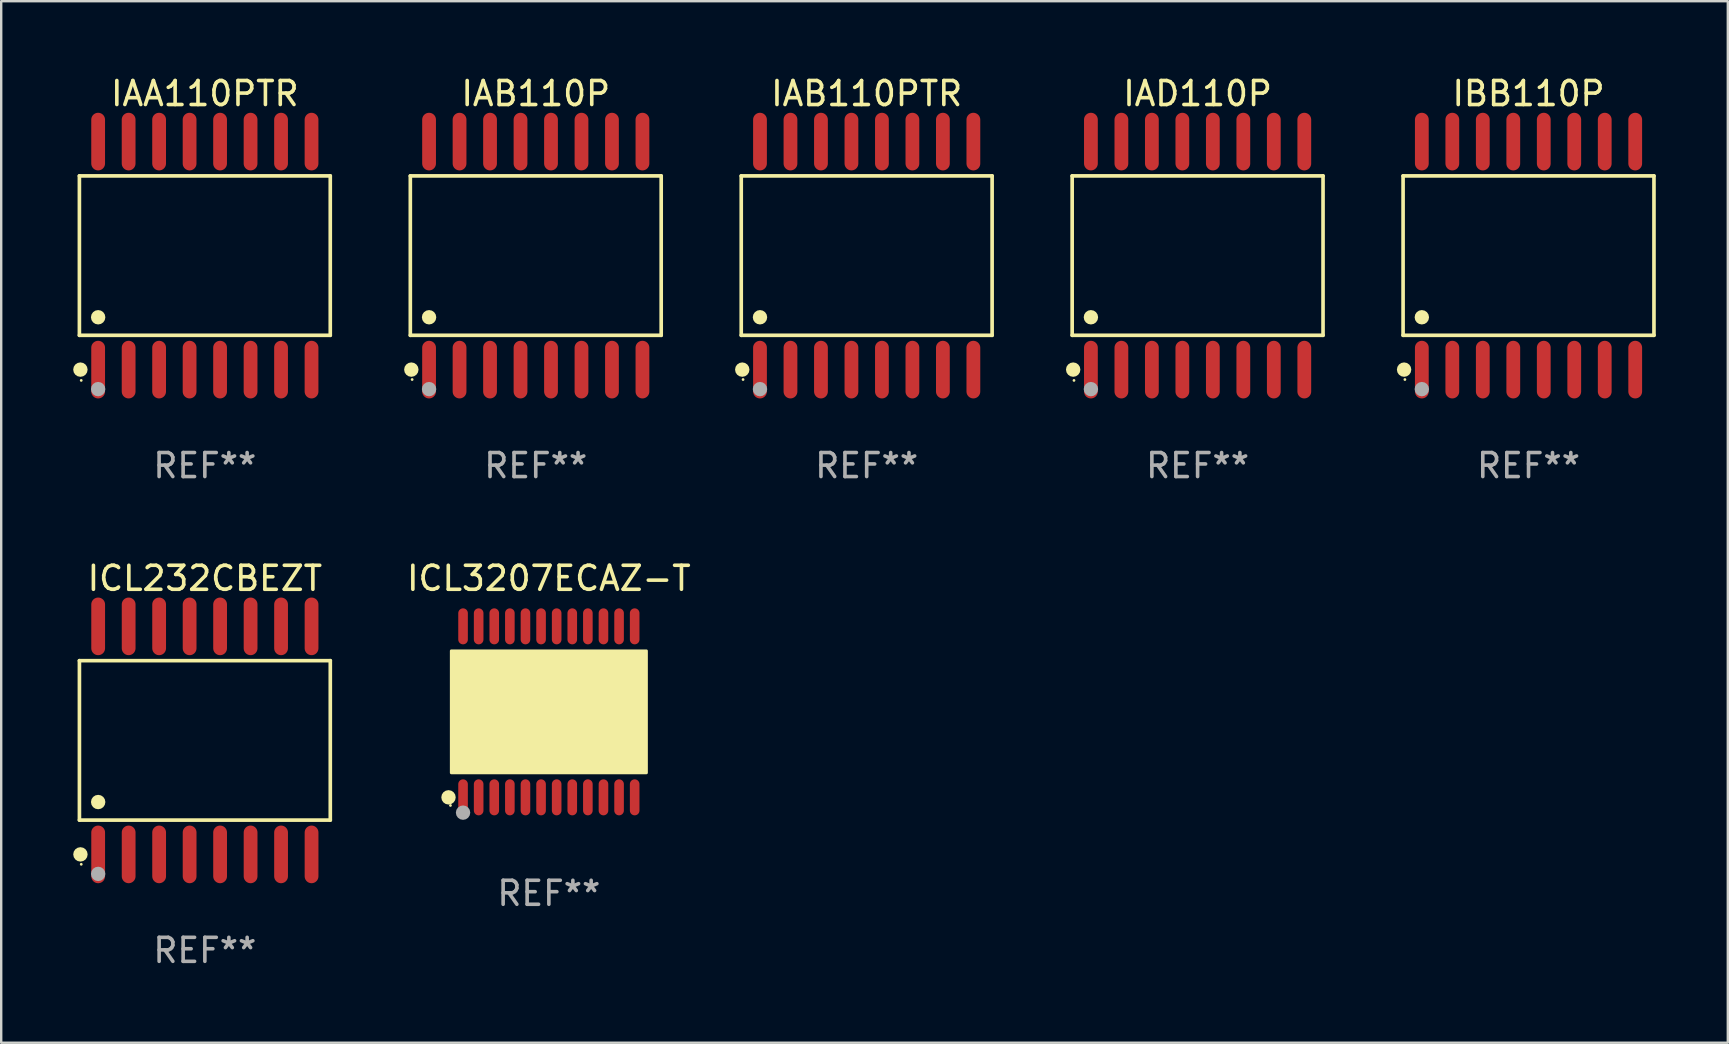
<source format=kicad_pcb>
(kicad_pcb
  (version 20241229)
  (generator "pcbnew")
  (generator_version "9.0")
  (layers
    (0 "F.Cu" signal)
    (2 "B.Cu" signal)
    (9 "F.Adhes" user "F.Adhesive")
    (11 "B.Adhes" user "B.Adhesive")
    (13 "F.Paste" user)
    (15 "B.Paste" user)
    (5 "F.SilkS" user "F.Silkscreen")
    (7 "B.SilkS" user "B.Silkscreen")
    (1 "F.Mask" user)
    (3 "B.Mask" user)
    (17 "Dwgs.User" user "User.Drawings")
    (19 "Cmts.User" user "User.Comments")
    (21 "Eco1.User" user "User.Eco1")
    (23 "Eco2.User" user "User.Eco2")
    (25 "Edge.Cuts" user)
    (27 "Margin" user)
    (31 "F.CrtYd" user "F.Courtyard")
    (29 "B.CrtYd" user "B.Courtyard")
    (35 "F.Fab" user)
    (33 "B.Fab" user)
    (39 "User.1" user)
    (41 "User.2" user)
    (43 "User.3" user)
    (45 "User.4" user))
  (footprint "IAB110P"
    (layer "F.Cu")
    (at 19.271 7.599)
    (property "Reference" "IAB110P" (at 0 -6.75 0) (layer "F.SilkS") (effects (font (size 1 1) (thickness 0.15))))
    (attr through_hole)
    (fp_line (start -5.226 -3.321) (end 5.226 -3.321) (stroke (width 0.152) (type solid)) (layer "F.SilkS"))
    (fp_line (start -5.226 3.321) (end -5.226 -3.321) (stroke (width 0.152) (type solid)) (layer "F.SilkS"))
    (fp_line (start 5.226 -3.321) (end 5.226 3.321) (stroke (width 0.152) (type solid)) (layer "F.SilkS"))
    (fp_line (start 5.226 3.321) (end -5.226 3.321) (stroke (width 0.152) (type solid)) (layer "F.SilkS"))
    (fp_circle (center -5.184 4.75) (end -5.034 4.75) (stroke (width 0.3) (type solid)) (fill no) (layer "F.SilkS"))
    (fp_circle (center -5.15 5.163) (end -5.12 5.163) (stroke (width 0.06) (type solid)) (fill no) (layer "F.SilkS"))
    (fp_circle (center -4.445 2.569) (end -4.295 2.569) (stroke (width 0.3) (type solid)) (fill no) (layer "F.SilkS"))
    (fp_circle (center -4.445 5.563) (end -4.295 5.563) (stroke (width 0.3) (type solid)) (fill no) (layer "F.Fab"))
    (fp_text user "REF**" (at 0 8.75 0) (layer "F.Fab") (effects (font (size 1 1) (thickness 0.15))))
    (pad "1" smd oval (at -4.445 4.75) (size 0.574 2.401) (layers "F.Cu" "F.Mask" "F.Paste"))
    (pad "2" smd oval (at -3.175 4.75) (size 0.574 2.401) (layers "F.Cu" "F.Mask" "F.Paste"))
    (pad "3" smd oval (at -1.905 4.75) (size 0.574 2.401) (layers "F.Cu" "F.Mask" "F.Paste"))
    (pad "4" smd oval (at -0.635 4.75) (size 0.574 2.401) (layers "F.Cu" "F.Mask" "F.Paste"))
    (pad "5" smd oval (at 0.635 4.75) (size 0.574 2.401) (layers "F.Cu" "F.Mask" "F.Paste"))
    (pad "6" smd oval (at 1.905 4.75) (size 0.574 2.401) (layers "F.Cu" "F.Mask" "F.Paste"))
    (pad "7" smd oval (at 3.175 4.75) (size 0.574 2.401) (layers "F.Cu" "F.Mask" "F.Paste"))
    (pad "8" smd oval (at 4.445 4.75) (size 0.574 2.401) (layers "F.Cu" "F.Mask" "F.Paste"))
    (pad "9" smd oval (at 4.445 -4.75) (size 0.574 2.401) (layers "F.Cu" "F.Mask" "F.Paste"))
    (pad "10" smd oval (at 3.175 -4.75) (size 0.574 2.401) (layers "F.Cu" "F.Mask" "F.Paste"))
    (pad "11" smd oval (at 1.905 -4.75) (size 0.574 2.401) (layers "F.Cu" "F.Mask" "F.Paste"))
    (pad "12" smd oval (at 0.635 -4.75) (size 0.574 2.401) (layers "F.Cu" "F.Mask" "F.Paste"))
    (pad "13" smd oval (at -0.635 -4.75) (size 0.574 2.401) (layers "F.Cu" "F.Mask" "F.Paste"))
    (pad "14" smd oval (at -1.905 -4.75) (size 0.574 2.401) (layers "F.Cu" "F.Mask" "F.Paste"))
    (pad "15" smd oval (at -3.175 -4.75) (size 0.574 2.401) (layers "F.Cu" "F.Mask" "F.Paste"))
    (pad "16" smd oval (at -4.445 -4.75) (size 0.574 2.401) (layers "F.Cu" "F.Mask" "F.Paste")))
  (footprint "IAD110P"
    (layer "F.Cu")
    (at 46.845 7.599)
    (property "Reference" "IAD110P" (at 0 -6.75 0) (layer "F.SilkS") (effects (font (size 1 1) (thickness 0.15))))
    (attr through_hole)
    (fp_line (start -5.226 -3.321) (end 5.226 -3.321) (stroke (width 0.152) (type solid)) (layer "F.SilkS"))
    (fp_line (start -5.226 3.321) (end -5.226 -3.321) (stroke (width 0.152) (type solid)) (layer "F.SilkS"))
    (fp_line (start 5.226 -3.321) (end 5.226 3.321) (stroke (width 0.152) (type solid)) (layer "F.SilkS"))
    (fp_line (start 5.226 3.321) (end -5.226 3.321) (stroke (width 0.152) (type solid)) (layer "F.SilkS"))
    (fp_circle (center -5.184 4.75) (end -5.034 4.75) (stroke (width 0.3) (type solid)) (fill no) (layer "F.SilkS"))
    (fp_circle (center -5.15 5.2) (end -5.12 5.2) (stroke (width 0.06) (type solid)) (fill no) (layer "F.SilkS"))
    (fp_circle (center -4.445 2.569) (end -4.295 2.569) (stroke (width 0.3) (type solid)) (fill no) (layer "F.SilkS"))
    (fp_circle (center -4.445 5.563) (end -4.295 5.563) (stroke (width 0.3) (type solid)) (fill no) (layer "F.Fab"))
    (fp_text user "REF**" (at 0 8.75 0) (layer "F.Fab") (effects (font (size 1 1) (thickness 0.15))))
    (pad "1" smd oval (at -4.445 4.75) (size 0.574 2.401) (layers "F.Cu" "F.Mask" "F.Paste"))
    (pad "2" smd oval (at -3.175 4.75) (size 0.574 2.401) (layers "F.Cu" "F.Mask" "F.Paste"))
    (pad "3" smd oval (at -1.905 4.75) (size 0.574 2.401) (layers "F.Cu" "F.Mask" "F.Paste"))
    (pad "4" smd oval (at -0.635 4.75) (size 0.574 2.401) (layers "F.Cu" "F.Mask" "F.Paste"))
    (pad "5" smd oval (at 0.635 4.75) (size 0.574 2.401) (layers "F.Cu" "F.Mask" "F.Paste"))
    (pad "6" smd oval (at 1.905 4.75) (size 0.574 2.401) (layers "F.Cu" "F.Mask" "F.Paste"))
    (pad "7" smd oval (at 3.175 4.75) (size 0.574 2.401) (layers "F.Cu" "F.Mask" "F.Paste"))
    (pad "8" smd oval (at 4.445 4.75) (size 0.574 2.401) (layers "F.Cu" "F.Mask" "F.Paste"))
    (pad "9" smd oval (at 4.445 -4.75) (size 0.574 2.401) (layers "F.Cu" "F.Mask" "F.Paste"))
    (pad "10" smd oval (at 3.175 -4.75) (size 0.574 2.401) (layers "F.Cu" "F.Mask" "F.Paste"))
    (pad "11" smd oval (at 1.905 -4.75) (size 0.574 2.401) (layers "F.Cu" "F.Mask" "F.Paste"))
    (pad "12" smd oval (at 0.635 -4.75) (size 0.574 2.401) (layers "F.Cu" "F.Mask" "F.Paste"))
    (pad "13" smd oval (at -0.635 -4.75) (size 0.574 2.401) (layers "F.Cu" "F.Mask" "F.Paste"))
    (pad "14" smd oval (at -1.905 -4.75) (size 0.574 2.401) (layers "F.Cu" "F.Mask" "F.Paste"))
    (pad "15" smd oval (at -3.175 -4.75) (size 0.574 2.401) (layers "F.Cu" "F.Mask" "F.Paste"))
    (pad "16" smd oval (at -4.445 -4.75) (size 0.574 2.401) (layers "F.Cu" "F.Mask" "F.Paste")))
  (footprint "IBB110P"
    (layer "F.Cu")
    (at 60.632 7.599)
    (property "Reference" "IBB110P" (at 0 -6.75 0) (layer "F.SilkS") (effects (font (size 1 1) (thickness 0.15))))
    (attr through_hole)
    (fp_line (start -5.226 -3.321) (end 5.226 -3.321) (stroke (width 0.152) (type solid)) (layer "F.SilkS"))
    (fp_line (start -5.226 3.321) (end -5.226 -3.321) (stroke (width 0.152) (type solid)) (layer "F.SilkS"))
    (fp_line (start 5.226 -3.321) (end 5.226 3.321) (stroke (width 0.152) (type solid)) (layer "F.SilkS"))
    (fp_line (start 5.226 3.321) (end -5.226 3.321) (stroke (width 0.152) (type solid)) (layer "F.SilkS"))
    (fp_circle (center -5.184 4.75) (end -5.034 4.75) (stroke (width 0.3) (type solid)) (fill no) (layer "F.SilkS"))
    (fp_circle (center -5.15 5.163) (end -5.12 5.163) (stroke (width 0.06) (type solid)) (fill no) (layer "F.SilkS"))
    (fp_circle (center -4.445 2.569) (end -4.295 2.569) (stroke (width 0.3) (type solid)) (fill no) (layer "F.SilkS"))
    (fp_circle (center -4.445 5.563) (end -4.295 5.563) (stroke (width 0.3) (type solid)) (fill no) (layer "F.Fab"))
    (fp_text user "REF**" (at 0 8.75 0) (layer "F.Fab") (effects (font (size 1 1) (thickness 0.15))))
    (pad "1" smd oval (at -4.445 4.75) (size 0.574 2.401) (layers "F.Cu" "F.Mask" "F.Paste"))
    (pad "2" smd oval (at -3.175 4.75) (size 0.574 2.401) (layers "F.Cu" "F.Mask" "F.Paste"))
    (pad "3" smd oval (at -1.905 4.75) (size 0.574 2.401) (layers "F.Cu" "F.Mask" "F.Paste"))
    (pad "4" smd oval (at -0.635 4.75) (size 0.574 2.401) (layers "F.Cu" "F.Mask" "F.Paste"))
    (pad "5" smd oval (at 0.635 4.75) (size 0.574 2.401) (layers "F.Cu" "F.Mask" "F.Paste"))
    (pad "6" smd oval (at 1.905 4.75) (size 0.574 2.401) (layers "F.Cu" "F.Mask" "F.Paste"))
    (pad "7" smd oval (at 3.175 4.75) (size 0.574 2.401) (layers "F.Cu" "F.Mask" "F.Paste"))
    (pad "8" smd oval (at 4.445 4.75) (size 0.574 2.401) (layers "F.Cu" "F.Mask" "F.Paste"))
    (pad "9" smd oval (at 4.445 -4.75) (size 0.574 2.401) (layers "F.Cu" "F.Mask" "F.Paste"))
    (pad "10" smd oval (at 3.175 -4.75) (size 0.574 2.401) (layers "F.Cu" "F.Mask" "F.Paste"))
    (pad "11" smd oval (at 1.905 -4.75) (size 0.574 2.401) (layers "F.Cu" "F.Mask" "F.Paste"))
    (pad "12" smd oval (at 0.635 -4.75) (size 0.574 2.401) (layers "F.Cu" "F.Mask" "F.Paste"))
    (pad "13" smd oval (at -0.635 -4.75) (size 0.574 2.401) (layers "F.Cu" "F.Mask" "F.Paste"))
    (pad "14" smd oval (at -1.905 -4.75) (size 0.574 2.401) (layers "F.Cu" "F.Mask" "F.Paste"))
    (pad "15" smd oval (at -3.175 -4.75) (size 0.574 2.401) (layers "F.Cu" "F.Mask" "F.Paste"))
    (pad "16" smd oval (at -4.445 -4.75) (size 0.574 2.401) (layers "F.Cu" "F.Mask" "F.Paste")))
  (footprint "ICL3207ECAZ-T"
    (layer "F.Cu")
    (at 19.817 26.607)
    (property "Reference" "ICL3207ECAZ-T" (at 0 -5.562 0) (layer "F.SilkS") (effects (font (size 1 1) (thickness 0.15))))
    (attr through_hole)
    (fp_circle (center -4.181 3.562) (end -4.031 3.562) (stroke (width 0.3) (type solid)) (fill no) (layer "F.SilkS"))
    (fp_circle (center -4.1 3.9) (end -4.07 3.9) (stroke (width 0.06) (type solid)) (fill no) (layer "F.SilkS"))
    (fp_circle (center -3.575 1.819) (end -3.425 1.819) (stroke (width 0.3) (type solid)) (fill no) (layer "F.SilkS"))
    (fp_poly (pts (xy -4.064 -2.54) (xy 4.064 -2.54) (xy 4.064 2.54) (xy -4.064 2.54)) (stroke (width 0.12) (type solid)) (fill yes) (layer "F.SilkS"))
    (fp_circle (center -3.575 4.2) (end -3.425 4.2) (stroke (width 0.3) (type solid)) (fill no) (layer "F.Fab"))
    (fp_text user "REF**" (at 0 7.562 0) (layer "F.Fab") (effects (font (size 1 1) (thickness 0.15))))
    (pad "1" smd oval (at -3.575 3.562) (size 0.4 1.5) (layers "F.Cu" "F.Mask" "F.Paste"))
    (pad "2" smd oval (at -2.925 3.562) (size 0.4 1.5) (layers "F.Cu" "F.Mask" "F.Paste"))
    (pad "3" smd oval (at -2.275 3.562) (size 0.4 1.5) (layers "F.Cu" "F.Mask" "F.Paste"))
    (pad "4" smd oval (at -1.625 3.562) (size 0.4 1.5) (layers "F.Cu" "F.Mask" "F.Paste"))
    (pad "5" smd oval (at -0.975 3.562) (size 0.4 1.5) (layers "F.Cu" "F.Mask" "F.Paste"))
    (pad "6" smd oval (at -0.325 3.562) (size 0.4 1.5) (layers "F.Cu" "F.Mask" "F.Paste"))
    (pad "7" smd oval (at 0.325 3.562) (size 0.4 1.5) (layers "F.Cu" "F.Mask" "F.Paste"))
    (pad "8" smd oval (at 0.975 3.562) (size 0.4 1.5) (layers "F.Cu" "F.Mask" "F.Paste"))
    (pad "9" smd oval (at 1.625 3.562) (size 0.4 1.5) (layers "F.Cu" "F.Mask" "F.Paste"))
    (pad "10" smd oval (at 2.275 3.562) (size 0.4 1.5) (layers "F.Cu" "F.Mask" "F.Paste"))
    (pad "11" smd oval (at 2.925 3.562) (size 0.4 1.5) (layers "F.Cu" "F.Mask" "F.Paste"))
    (pad "12" smd oval (at 3.575 3.562) (size 0.4 1.5) (layers "F.Cu" "F.Mask" "F.Paste"))
    (pad "13" smd oval (at 3.575 -3.562) (size 0.4 1.5) (layers "F.Cu" "F.Mask" "F.Paste"))
    (pad "14" smd oval (at 2.925 -3.562) (size 0.4 1.5) (layers "F.Cu" "F.Mask" "F.Paste"))
    (pad "15" smd oval (at 2.275 -3.562) (size 0.4 1.5) (layers "F.Cu" "F.Mask" "F.Paste"))
    (pad "16" smd oval (at 1.625 -3.562) (size 0.4 1.5) (layers "F.Cu" "F.Mask" "F.Paste"))
    (pad "17" smd oval (at 0.975 -3.562) (size 0.4 1.5) (layers "F.Cu" "F.Mask" "F.Paste"))
    (pad "18" smd oval (at 0.325 -3.562) (size 0.4 1.5) (layers "F.Cu" "F.Mask" "F.Paste"))
    (pad "19" smd oval (at -0.325 -3.562) (size 0.4 1.5) (layers "F.Cu" "F.Mask" "F.Paste"))
    (pad "20" smd oval (at -0.975 -3.562) (size 0.4 1.5) (layers "F.Cu" "F.Mask" "F.Paste"))
    (pad "21" smd oval (at -1.625 -3.562) (size 0.4 1.5) (layers "F.Cu" "F.Mask" "F.Paste"))
    (pad "22" smd oval (at -2.275 -3.562) (size 0.4 1.5) (layers "F.Cu" "F.Mask" "F.Paste"))
    (pad "23" smd oval (at -2.925 -3.562) (size 0.4 1.5) (layers "F.Cu" "F.Mask" "F.Paste"))
    (pad "24" smd oval (at -3.575 -3.562) (size 0.4 1.5) (layers "F.Cu" "F.Mask" "F.Paste")))
  (footprint "IAB110PTR"
    (layer "F.Cu")
    (at 33.058 7.599)
    (property "Reference" "IAB110PTR" (at 0 -6.75 0) (layer "F.SilkS") (effects (font (size 1 1) (thickness 0.15))))
    (attr through_hole)
    (fp_line (start -5.226 -3.321) (end 5.226 -3.321) (stroke (width 0.152) (type solid)) (layer "F.SilkS"))
    (fp_line (start -5.226 3.321) (end -5.226 -3.321) (stroke (width 0.152) (type solid)) (layer "F.SilkS"))
    (fp_line (start 5.226 -3.321) (end 5.226 3.321) (stroke (width 0.152) (type solid)) (layer "F.SilkS"))
    (fp_line (start 5.226 3.321) (end -5.226 3.321) (stroke (width 0.152) (type solid)) (layer "F.SilkS"))
    (fp_circle (center -5.184 4.75) (end -5.034 4.75) (stroke (width 0.3) (type solid)) (fill no) (layer "F.SilkS"))
    (fp_circle (center -5.15 5.163) (end -5.12 5.163) (stroke (width 0.06) (type solid)) (fill no) (layer "F.SilkS"))
    (fp_circle (center -4.445 2.569) (end -4.295 2.569) (stroke (width 0.3) (type solid)) (fill no) (layer "F.SilkS"))
    (fp_circle (center -4.445 5.563) (end -4.295 5.563) (stroke (width 0.3) (type solid)) (fill no) (layer "F.Fab"))
    (fp_text user "REF**" (at 0 8.75 0) (layer "F.Fab") (effects (font (size 1 1) (thickness 0.15))))
    (pad "1" smd oval (at -4.445 4.75) (size 0.574 2.401) (layers "F.Cu" "F.Mask" "F.Paste"))
    (pad "2" smd oval (at -3.175 4.75) (size 0.574 2.401) (layers "F.Cu" "F.Mask" "F.Paste"))
    (pad "3" smd oval (at -1.905 4.75) (size 0.574 2.401) (layers "F.Cu" "F.Mask" "F.Paste"))
    (pad "4" smd oval (at -0.635 4.75) (size 0.574 2.401) (layers "F.Cu" "F.Mask" "F.Paste"))
    (pad "5" smd oval (at 0.635 4.75) (size 0.574 2.401) (layers "F.Cu" "F.Mask" "F.Paste"))
    (pad "6" smd oval (at 1.905 4.75) (size 0.574 2.401) (layers "F.Cu" "F.Mask" "F.Paste"))
    (pad "7" smd oval (at 3.175 4.75) (size 0.574 2.401) (layers "F.Cu" "F.Mask" "F.Paste"))
    (pad "8" smd oval (at 4.445 4.75) (size 0.574 2.401) (layers "F.Cu" "F.Mask" "F.Paste"))
    (pad "9" smd oval (at 4.445 -4.75) (size 0.574 2.401) (layers "F.Cu" "F.Mask" "F.Paste"))
    (pad "10" smd oval (at 3.175 -4.75) (size 0.574 2.401) (layers "F.Cu" "F.Mask" "F.Paste"))
    (pad "11" smd oval (at 1.905 -4.75) (size 0.574 2.401) (layers "F.Cu" "F.Mask" "F.Paste"))
    (pad "12" smd oval (at 0.635 -4.75) (size 0.574 2.401) (layers "F.Cu" "F.Mask" "F.Paste"))
    (pad "13" smd oval (at -0.635 -4.75) (size 0.574 2.401) (layers "F.Cu" "F.Mask" "F.Paste"))
    (pad "14" smd oval (at -1.905 -4.75) (size 0.574 2.401) (layers "F.Cu" "F.Mask" "F.Paste"))
    (pad "15" smd oval (at -3.175 -4.75) (size 0.574 2.401) (layers "F.Cu" "F.Mask" "F.Paste"))
    (pad "16" smd oval (at -4.445 -4.75) (size 0.574 2.401) (layers "F.Cu" "F.Mask" "F.Paste")))
  (footprint "ICL232CBEZT"
    (layer "F.Cu")
    (at 5.485 27.796)
    (property "Reference" "ICL232CBEZT" (at 0 -6.75 0) (layer "F.SilkS") (effects (font (size 1 1) (thickness 0.15))))
    (attr through_hole)
    (fp_line (start -5.226 -3.321) (end 5.226 -3.321) (stroke (width 0.152) (type solid)) (layer "F.SilkS"))
    (fp_line (start -5.226 3.321) (end -5.226 -3.321) (stroke (width 0.152) (type solid)) (layer "F.SilkS"))
    (fp_line (start 5.226 -3.321) (end 5.226 3.321) (stroke (width 0.152) (type solid)) (layer "F.SilkS"))
    (fp_line (start 5.226 3.321) (end -5.226 3.321) (stroke (width 0.152) (type solid)) (layer "F.SilkS"))
    (fp_circle (center -5.184 4.75) (end -5.034 4.75) (stroke (width 0.3) (type solid)) (fill no) (layer "F.SilkS"))
    (fp_circle (center -5.15 5.163) (end -5.12 5.163) (stroke (width 0.06) (type solid)) (fill no) (layer "F.SilkS"))
    (fp_circle (center -4.445 2.569) (end -4.295 2.569) (stroke (width 0.3) (type solid)) (fill no) (layer "F.SilkS"))
    (fp_circle (center -4.445 5.563) (end -4.295 5.563) (stroke (width 0.3) (type solid)) (fill no) (layer "F.Fab"))
    (fp_text user "REF**" (at 0 8.75 0) (layer "F.Fab") (effects (font (size 1 1) (thickness 0.15))))
    (pad "1" smd oval (at -4.445 4.75) (size 0.574 2.401) (layers "F.Cu" "F.Mask" "F.Paste"))
    (pad "2" smd oval (at -3.175 4.75) (size 0.574 2.401) (layers "F.Cu" "F.Mask" "F.Paste"))
    (pad "3" smd oval (at -1.905 4.75) (size 0.574 2.401) (layers "F.Cu" "F.Mask" "F.Paste"))
    (pad "4" smd oval (at -0.635 4.75) (size 0.574 2.401) (layers "F.Cu" "F.Mask" "F.Paste"))
    (pad "5" smd oval (at 0.635 4.75) (size 0.574 2.401) (layers "F.Cu" "F.Mask" "F.Paste"))
    (pad "6" smd oval (at 1.905 4.75) (size 0.574 2.401) (layers "F.Cu" "F.Mask" "F.Paste"))
    (pad "7" smd oval (at 3.175 4.75) (size 0.574 2.401) (layers "F.Cu" "F.Mask" "F.Paste"))
    (pad "8" smd oval (at 4.445 4.75) (size 0.574 2.401) (layers "F.Cu" "F.Mask" "F.Paste"))
    (pad "9" smd oval (at 4.445 -4.75) (size 0.574 2.401) (layers "F.Cu" "F.Mask" "F.Paste"))
    (pad "10" smd oval (at 3.175 -4.75) (size 0.574 2.401) (layers "F.Cu" "F.Mask" "F.Paste"))
    (pad "11" smd oval (at 1.905 -4.75) (size 0.574 2.401) (layers "F.Cu" "F.Mask" "F.Paste"))
    (pad "12" smd oval (at 0.635 -4.75) (size 0.574 2.401) (layers "F.Cu" "F.Mask" "F.Paste"))
    (pad "13" smd oval (at -0.635 -4.75) (size 0.574 2.401) (layers "F.Cu" "F.Mask" "F.Paste"))
    (pad "14" smd oval (at -1.905 -4.75) (size 0.574 2.401) (layers "F.Cu" "F.Mask" "F.Paste"))
    (pad "15" smd oval (at -3.175 -4.75) (size 0.574 2.401) (layers "F.Cu" "F.Mask" "F.Paste"))
    (pad "16" smd oval (at -4.445 -4.75) (size 0.574 2.401) (layers "F.Cu" "F.Mask" "F.Paste")))
  (footprint "IAA110PTR"
    (layer "F.Cu")
    (at 5.484 7.599)
    (property "Reference" "IAA110PTR" (at 0 -6.75 0) (layer "F.SilkS") (effects (font (size 1 1) (thickness 0.15))))
    (attr through_hole)
    (fp_line (start -5.226 -3.321) (end 5.226 -3.321) (stroke (width 0.152) (type solid)) (layer "F.SilkS"))
    (fp_line (start -5.226 3.321) (end -5.226 -3.321) (stroke (width 0.152) (type solid)) (layer "F.SilkS"))
    (fp_line (start 5.226 -3.321) (end 5.226 3.321) (stroke (width 0.152) (type solid)) (layer "F.SilkS"))
    (fp_line (start 5.226 3.321) (end -5.226 3.321) (stroke (width 0.152) (type solid)) (layer "F.SilkS"))
    (fp_circle (center -5.184 4.75) (end -5.034 4.75) (stroke (width 0.3) (type solid)) (fill no) (layer "F.SilkS"))
    (fp_circle (center -5.15 5.2) (end -5.12 5.2) (stroke (width 0.06) (type solid)) (fill no) (layer "F.SilkS"))
    (fp_circle (center -4.445 2.569) (end -4.295 2.569) (stroke (width 0.3) (type solid)) (fill no) (layer "F.SilkS"))
    (fp_circle (center -4.445 5.563) (end -4.295 5.563) (stroke (width 0.3) (type solid)) (fill no) (layer "F.Fab"))
    (fp_text user "REF**" (at 0 8.75 0) (layer "F.Fab") (effects (font (size 1 1) (thickness 0.15))))
    (pad "1" smd oval (at -4.445 4.75) (size 0.574 2.401) (layers "F.Cu" "F.Mask" "F.Paste"))
    (pad "2" smd oval (at -3.175 4.75) (size 0.574 2.401) (layers "F.Cu" "F.Mask" "F.Paste"))
    (pad "3" smd oval (at -1.905 4.75) (size 0.574 2.401) (layers "F.Cu" "F.Mask" "F.Paste"))
    (pad "4" smd oval (at -0.635 4.75) (size 0.574 2.401) (layers "F.Cu" "F.Mask" "F.Paste"))
    (pad "5" smd oval (at 0.635 4.75) (size 0.574 2.401) (layers "F.Cu" "F.Mask" "F.Paste"))
    (pad "6" smd oval (at 1.905 4.75) (size 0.574 2.401) (layers "F.Cu" "F.Mask" "F.Paste"))
    (pad "7" smd oval (at 3.175 4.75) (size 0.574 2.401) (layers "F.Cu" "F.Mask" "F.Paste"))
    (pad "8" smd oval (at 4.445 4.75) (size 0.574 2.401) (layers "F.Cu" "F.Mask" "F.Paste"))
    (pad "9" smd oval (at 4.445 -4.75) (size 0.574 2.401) (layers "F.Cu" "F.Mask" "F.Paste"))
    (pad "10" smd oval (at 3.175 -4.75) (size 0.574 2.401) (layers "F.Cu" "F.Mask" "F.Paste"))
    (pad "11" smd oval (at 1.905 -4.75) (size 0.574 2.401) (layers "F.Cu" "F.Mask" "F.Paste"))
    (pad "12" smd oval (at 0.635 -4.75) (size 0.574 2.401) (layers "F.Cu" "F.Mask" "F.Paste"))
    (pad "13" smd oval (at -0.635 -4.75) (size 0.574 2.401) (layers "F.Cu" "F.Mask" "F.Paste"))
    (pad "14" smd oval (at -1.905 -4.75) (size 0.574 2.401) (layers "F.Cu" "F.Mask" "F.Paste"))
    (pad "15" smd oval (at -3.175 -4.75) (size 0.574 2.401) (layers "F.Cu" "F.Mask" "F.Paste"))
    (pad "16" smd oval (at -4.445 -4.75) (size 0.574 2.401) (layers "F.Cu" "F.Mask" "F.Paste")))
  (gr_rect
    (start -3 -3)
    (end 68.935 40.394)
    (stroke (width 0.1) (type default))
    (fill no)
    (layer "Edge.Cuts")))
</source>
